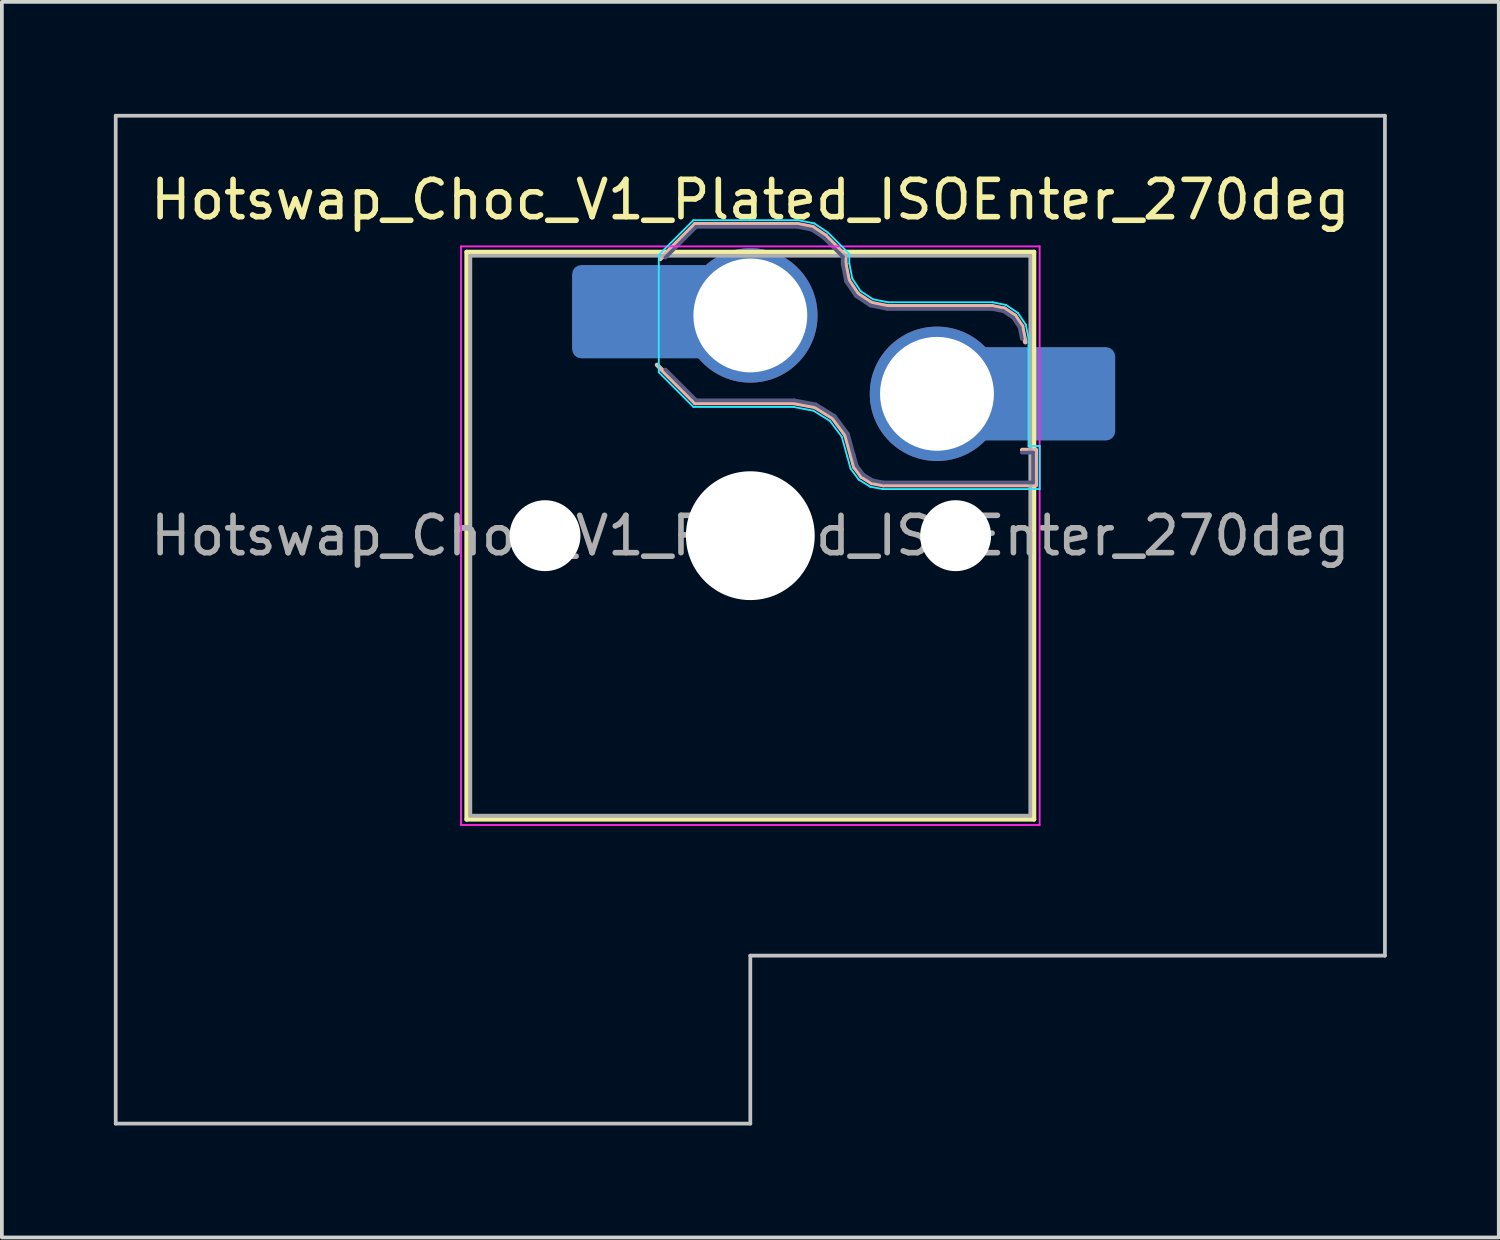
<source format=kicad_pcb>
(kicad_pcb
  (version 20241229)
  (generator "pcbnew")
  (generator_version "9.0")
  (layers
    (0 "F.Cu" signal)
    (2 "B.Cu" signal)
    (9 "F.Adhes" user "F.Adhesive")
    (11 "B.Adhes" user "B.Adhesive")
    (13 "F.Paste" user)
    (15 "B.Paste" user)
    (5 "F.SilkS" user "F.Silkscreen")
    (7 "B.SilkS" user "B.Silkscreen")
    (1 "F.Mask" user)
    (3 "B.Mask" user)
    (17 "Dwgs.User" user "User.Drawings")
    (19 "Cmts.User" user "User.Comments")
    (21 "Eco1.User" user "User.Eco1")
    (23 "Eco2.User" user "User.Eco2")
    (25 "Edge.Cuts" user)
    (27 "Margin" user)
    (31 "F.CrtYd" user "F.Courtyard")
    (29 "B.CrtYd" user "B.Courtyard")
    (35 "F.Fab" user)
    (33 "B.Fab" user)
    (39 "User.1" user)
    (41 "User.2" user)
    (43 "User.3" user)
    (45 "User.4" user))
  (footprint "Hotswap_Choc_V1_Plated_ISOEnter_270deg"
    (layer "F.Cu")
    (at 17.05 11.3)
    (property "Reference" "Hotswap_Choc_V1_Plated_ISOEnter_270deg" (at 0 -9 0) (layer "F.SilkS") (effects (font (size 1 1) (thickness 0.15))))
    (attr smd allow_soldermask_bridges)
    (fp_line (start -7.6 -7.6) (end -7.6 7.6) (stroke (width 0.12) (type solid)) (layer "F.SilkS"))
    (fp_line (start -7.6 7.6) (end 7.6 7.6) (stroke (width 0.12) (type solid)) (layer "F.SilkS"))
    (fp_line (start 7.6 -7.6) (end -7.6 -7.6) (stroke (width 0.12) (type solid)) (layer "F.SilkS"))
    (fp_line (start 7.6 7.6) (end 7.6 -7.6) (stroke (width 0.12) (type solid)) (layer "F.SilkS"))
    (fp_line (start -2.416 -7.409) (end -1.479 -8.346) (stroke (width 0.12) (type solid)) (layer "B.SilkS"))
    (fp_line (start -1.479 -8.346) (end 1.268 -8.346) (stroke (width 0.12) (type solid)) (layer "B.SilkS"))
    (fp_line (start -1.479 -3.554) (end -2.5 -4.575) (stroke (width 0.12) (type solid)) (layer "B.SilkS"))
    (fp_line (start 1.168 -3.554) (end -1.479 -3.554) (stroke (width 0.12) (type solid)) (layer "B.SilkS"))
    (fp_line (start 1.268 -8.346) (end 1.671 -8.266) (stroke (width 0.12) (type solid)) (layer "B.SilkS"))
    (fp_line (start 1.671 -8.266) (end 2.013 -8.037) (stroke (width 0.12) (type solid)) (layer "B.SilkS"))
    (fp_line (start 1.73 -3.449) (end 1.168 -3.554) (stroke (width 0.12) (type solid)) (layer "B.SilkS"))
    (fp_line (start 2.013 -8.037) (end 2.546 -7.504) (stroke (width 0.12) (type solid)) (layer "B.SilkS"))
    (fp_line (start 2.209 -3.15) (end 1.73 -3.449) (stroke (width 0.12) (type solid)) (layer "B.SilkS"))
    (fp_line (start 2.546 -7.504) (end 2.546 -7.282) (stroke (width 0.12) (type solid)) (layer "B.SilkS"))
    (fp_line (start 2.546 -7.282) (end 2.633 -6.844) (stroke (width 0.12) (type solid)) (layer "B.SilkS"))
    (fp_line (start 2.547 -2.697) (end 2.209 -3.15) (stroke (width 0.12) (type solid)) (layer "B.SilkS"))
    (fp_line (start 2.633 -6.844) (end 2.877 -6.477) (stroke (width 0.12) (type solid)) (layer "B.SilkS"))
    (fp_line (start 2.701 -2.139) (end 2.547 -2.697) (stroke (width 0.12) (type solid)) (layer "B.SilkS"))
    (fp_line (start 2.783 -1.841) (end 2.701 -2.139) (stroke (width 0.12) (type solid)) (layer "B.SilkS"))
    (fp_line (start 2.877 -6.477) (end 3.244 -6.233) (stroke (width 0.12) (type solid)) (layer "B.SilkS"))
    (fp_line (start 2.976 -1.583) (end 2.783 -1.841) (stroke (width 0.12) (type solid)) (layer "B.SilkS"))
    (fp_line (start 3.244 -6.233) (end 3.682 -6.146) (stroke (width 0.12) (type solid)) (layer "B.SilkS"))
    (fp_line (start 3.25 -1.413) (end 2.976 -1.583) (stroke (width 0.12) (type solid)) (layer "B.SilkS"))
    (fp_line (start 3.56 -1.354) (end 3.25 -1.413) (stroke (width 0.12) (type solid)) (layer "B.SilkS"))
    (fp_line (start 3.682 -6.146) (end 6.482 -6.146) (stroke (width 0.12) (type solid)) (layer "B.SilkS"))
    (fp_line (start 6.482 -6.146) (end 6.809 -6.081) (stroke (width 0.12) (type solid)) (layer "B.SilkS"))
    (fp_line (start 6.809 -6.081) (end 7.092 -5.892) (stroke (width 0.12) (type solid)) (layer "B.SilkS"))
    (fp_line (start 7.092 -5.892) (end 7.281 -5.609) (stroke (width 0.12) (type solid)) (layer "B.SilkS"))
    (fp_line (start 7.281 -5.609) (end 7.366 -5.182) (stroke (width 0.12) (type solid)) (layer "B.SilkS"))
    (fp_line (start 7.283 -2.296) (end 7.646 -2.296) (stroke (width 0.12) (type solid)) (layer "B.SilkS"))
    (fp_line (start 7.646 -2.296) (end 7.646 -1.354) (stroke (width 0.12) (type solid)) (layer "B.SilkS"))
    (fp_line (start 7.646 -1.354) (end 3.56 -1.354) (stroke (width 0.12) (type solid)) (layer "B.SilkS"))
    (fp_line (start -17 -11.25) (end -17 15.75) (stroke (width 0.1) (type solid)) (layer "Dwgs.User"))
    (fp_line (start -17 15.75) (end 0 15.75) (stroke (width 0.1) (type solid)) (layer "Dwgs.User"))
    (fp_line (start 0 11.25) (end 17 11.25) (stroke (width 0.1) (type solid)) (layer "Dwgs.User"))
    (fp_line (start 0 15.75) (end 0 11.25) (stroke (width 0.1) (type solid)) (layer "Dwgs.User"))
    (fp_line (start 17 -11.25) (end -17 -11.25) (stroke (width 0.1) (type solid)) (layer "Dwgs.User"))
    (fp_line (start 17 11.25) (end 17 -11.25) (stroke (width 0.1) (type solid)) (layer "Dwgs.User"))
    (fp_line (start -7.25 -7.25) (end -7.25 7.25) (stroke (width 0.1) (type solid)) (layer "Eco1.User"))
    (fp_line (start -7.25 7.25) (end 7.25 7.25) (stroke (width 0.1) (type solid)) (layer "Eco1.User"))
    (fp_line (start 7.25 -7.25) (end -7.25 -7.25) (stroke (width 0.1) (type solid)) (layer "Eco1.User"))
    (fp_line (start 7.25 7.25) (end 7.25 -7.25) (stroke (width 0.1) (type solid)) (layer "Eco1.User"))
    (fp_line (start -2.452 -7.523) (end -1.523 -8.452) (stroke (width 0.05) (type solid)) (layer "B.CrtYd"))
    (fp_line (start -2.452 -4.377) (end -2.452 -7.523) (stroke (width 0.05) (type solid)) (layer "B.CrtYd"))
    (fp_line (start -1.523 -8.452) (end 1.278 -8.452) (stroke (width 0.05) (type solid)) (layer "B.CrtYd"))
    (fp_line (start -1.523 -3.448) (end -2.452 -4.377) (stroke (width 0.05) (type solid)) (layer "B.CrtYd"))
    (fp_line (start 1.159 -3.448) (end -1.523 -3.448) (stroke (width 0.05) (type solid)) (layer "B.CrtYd"))
    (fp_line (start 1.278 -8.452) (end 1.712 -8.366) (stroke (width 0.05) (type solid)) (layer "B.CrtYd"))
    (fp_line (start 1.691 -3.348) (end 1.159 -3.448) (stroke (width 0.05) (type solid)) (layer "B.CrtYd"))
    (fp_line (start 1.712 -8.366) (end 2.081 -8.119) (stroke (width 0.05) (type solid)) (layer "B.CrtYd"))
    (fp_line (start 2.081 -8.119) (end 2.652 -7.548) (stroke (width 0.05) (type solid)) (layer "B.CrtYd"))
    (fp_line (start 2.136 -3.071) (end 1.691 -3.348) (stroke (width 0.05) (type solid)) (layer "B.CrtYd"))
    (fp_line (start 2.45 -2.65) (end 2.136 -3.071) (stroke (width 0.05) (type solid)) (layer "B.CrtYd"))
    (fp_line (start 2.599 -2.111) (end 2.45 -2.65) (stroke (width 0.05) (type solid)) (layer "B.CrtYd"))
    (fp_line (start 2.652 -7.548) (end 2.652 -7.292) (stroke (width 0.05) (type solid)) (layer "B.CrtYd"))
    (fp_line (start 2.652 -7.292) (end 2.733 -6.885) (stroke (width 0.05) (type solid)) (layer "B.CrtYd"))
    (fp_line (start 2.687 -1.794) (end 2.599 -2.111) (stroke (width 0.05) (type solid)) (layer "B.CrtYd"))
    (fp_line (start 2.733 -6.885) (end 2.953 -6.553) (stroke (width 0.05) (type solid)) (layer "B.CrtYd"))
    (fp_line (start 2.903 -1.503) (end 2.687 -1.794) (stroke (width 0.05) (type solid)) (layer "B.CrtYd"))
    (fp_line (start 2.953 -6.553) (end 3.285 -6.333) (stroke (width 0.05) (type solid)) (layer "B.CrtYd"))
    (fp_line (start 3.211 -1.312) (end 2.903 -1.503) (stroke (width 0.05) (type solid)) (layer "B.CrtYd"))
    (fp_line (start 3.285 -6.333) (end 3.692 -6.252) (stroke (width 0.05) (type solid)) (layer "B.CrtYd"))
    (fp_line (start 3.55 -1.248) (end 3.211 -1.312) (stroke (width 0.05) (type solid)) (layer "B.CrtYd"))
    (fp_line (start 3.692 -6.252) (end 6.492 -6.252) (stroke (width 0.05) (type solid)) (layer "B.CrtYd"))
    (fp_line (start 6.492 -6.252) (end 6.85 -6.181) (stroke (width 0.05) (type solid)) (layer "B.CrtYd"))
    (fp_line (start 6.85 -6.181) (end 7.168 -5.968) (stroke (width 0.05) (type solid)) (layer "B.CrtYd"))
    (fp_line (start 7.168 -5.968) (end 7.381 -5.65) (stroke (width 0.05) (type solid)) (layer "B.CrtYd"))
    (fp_line (start 7.381 -5.65) (end 7.452 -5.292) (stroke (width 0.05) (type solid)) (layer "B.CrtYd"))
    (fp_line (start 7.452 -5.292) (end 7.452 -2.402) (stroke (width 0.05) (type solid)) (layer "B.CrtYd"))
    (fp_line (start 7.452 -2.402) (end 7.752 -2.402) (stroke (width 0.05) (type solid)) (layer "B.CrtYd"))
    (fp_line (start 7.752 -2.402) (end 7.752 -1.248) (stroke (width 0.05) (type solid)) (layer "B.CrtYd"))
    (fp_line (start 7.752 -1.248) (end 3.55 -1.248) (stroke (width 0.05) (type solid)) (layer "B.CrtYd"))
    (fp_line (start -7.75 -7.75) (end -7.75 7.75) (stroke (width 0.05) (type solid)) (layer "F.CrtYd"))
    (fp_line (start -7.75 7.75) (end 7.75 7.75) (stroke (width 0.05) (type solid)) (layer "F.CrtYd"))
    (fp_line (start 7.75 -7.75) (end -7.75 -7.75) (stroke (width 0.05) (type solid)) (layer "F.CrtYd"))
    (fp_line (start 7.75 7.75) (end 7.75 -7.75) (stroke (width 0.05) (type solid)) (layer "F.CrtYd"))
    (fp_line (start -2.275 -7.45) (end -1.45 -8.275) (stroke (width 0.1) (type solid)) (layer "B.Fab"))
    (fp_line (start -1.45 -8.275) (end 1.261 -8.275) (stroke (width 0.1) (type solid)) (layer "B.Fab"))
    (fp_line (start -1.45 -3.625) (end -2.275 -4.45) (stroke (width 0.1) (type solid)) (layer "B.Fab"))
    (fp_line (start 1.175 -3.625) (end -1.45 -3.625) (stroke (width 0.1) (type solid)) (layer "B.Fab"))
    (fp_line (start 1.261 -8.275) (end 1.643 -8.199) (stroke (width 0.1) (type solid)) (layer "B.Fab"))
    (fp_line (start 1.643 -8.199) (end 1.968 -7.982) (stroke (width 0.1) (type solid)) (layer "B.Fab"))
    (fp_line (start 1.756 -3.516) (end 1.175 -3.625) (stroke (width 0.1) (type solid)) (layer "B.Fab"))
    (fp_line (start 1.968 -7.982) (end 2.475 -7.475) (stroke (width 0.1) (type solid)) (layer "B.Fab"))
    (fp_line (start 2.258 -3.203) (end 1.756 -3.516) (stroke (width 0.1) (type solid)) (layer "B.Fab"))
    (fp_line (start 2.475 -7.475) (end 2.475 -7.275) (stroke (width 0.1) (type solid)) (layer "B.Fab"))
    (fp_line (start 2.475 -7.275) (end 2.566 -6.816) (stroke (width 0.1) (type solid)) (layer "B.Fab"))
    (fp_line (start 2.566 -6.816) (end 2.826 -6.426) (stroke (width 0.1) (type solid)) (layer "B.Fab"))
    (fp_line (start 2.612 -2.729) (end 2.258 -3.203) (stroke (width 0.1) (type solid)) (layer "B.Fab"))
    (fp_line (start 2.769 -2.158) (end 2.612 -2.729) (stroke (width 0.1) (type solid)) (layer "B.Fab"))
    (fp_line (start 2.826 -6.426) (end 3.216 -6.166) (stroke (width 0.1) (type solid)) (layer "B.Fab"))
    (fp_line (start 2.848 -1.873) (end 2.769 -2.158) (stroke (width 0.1) (type solid)) (layer "B.Fab"))
    (fp_line (start 3.025 -1.636) (end 2.848 -1.873) (stroke (width 0.1) (type solid)) (layer "B.Fab"))
    (fp_line (start 3.216 -6.166) (end 3.675 -6.075) (stroke (width 0.1) (type solid)) (layer "B.Fab"))
    (fp_line (start 3.276 -1.48) (end 3.025 -1.636) (stroke (width 0.1) (type solid)) (layer "B.Fab"))
    (fp_line (start 3.567 -1.425) (end 3.276 -1.48) (stroke (width 0.1) (type solid)) (layer "B.Fab"))
    (fp_line (start 3.675 -6.075) (end 6.475 -6.075) (stroke (width 0.1) (type solid)) (layer "B.Fab"))
    (fp_line (start 6.475 -6.075) (end 6.781 -6.014) (stroke (width 0.1) (type solid)) (layer "B.Fab"))
    (fp_line (start 6.781 -6.014) (end 7.041 -5.841) (stroke (width 0.1) (type solid)) (layer "B.Fab"))
    (fp_line (start 7.041 -5.841) (end 7.214 -5.581) (stroke (width 0.1) (type solid)) (layer "B.Fab"))
    (fp_line (start 7.214 -5.581) (end 7.275 -5.275) (stroke (width 0.1) (type solid)) (layer "B.Fab"))
    (fp_line (start 7.275 -2.225) (end 7.575 -2.225) (stroke (width 0.1) (type solid)) (layer "B.Fab"))
    (fp_line (start 7.575 -2.225) (end 7.575 -1.425) (stroke (width 0.1) (type solid)) (layer "B.Fab"))
    (fp_line (start 7.575 -1.425) (end 3.567 -1.425) (stroke (width 0.1) (type solid)) (layer "B.Fab"))
    (fp_line (start -7.5 -7.5) (end -7.5 7.5) (stroke (width 0.1) (type solid)) (layer "F.Fab"))
    (fp_line (start -7.5 7.5) (end 7.5 7.5) (stroke (width 0.1) (type solid)) (layer "F.Fab"))
    (fp_line (start 7.5 -7.5) (end -7.5 -7.5) (stroke (width 0.1) (type solid)) (layer "F.Fab"))
    (fp_line (start 7.5 7.5) (end 7.5 -7.5) (stroke (width 0.1) (type solid)) (layer "F.Fab"))
    (fp_text user "${REFERENCE}" (at 0 0 0) (layer "F.Fab") (effects (font (size 1 1) (thickness 0.15))))
    (pad "" np_thru_hole circle (at -5.5 0) (size 1.9 1.9) (drill 1.9) (layers "*.Cu" "*.Mask"))
    (pad "" smd roundrect (at -3.5 -6) (size 2.55 2.5) (layers "B.Mask" "B.Paste") (roundrect_rratio 0.1))
    (pad "" np_thru_hole circle (at 0 0) (size 3.45 3.45) (drill 3.45) (layers "*.Cu" "*.Mask"))
    (pad "" np_thru_hole circle (at 5.5 0) (size 1.9 1.9) (drill 1.9) (layers "*.Cu" "*.Mask"))
    (pad "" smd roundrect (at 8.5 -3.8) (size 2.55 2.5) (layers "B.Mask" "B.Paste") (roundrect_rratio 0.1))
    (pad "1" smd roundrect (at -2.85 -6) (size 3.85 2.5) (layers "B.Cu") (roundrect_rratio 0.1))
    (pad "1" thru_hole circle (at 0 -5.9) (size 3.6 3.6) (drill 3.05) (layers "*.Cu" "*.Mask"))
    (pad "2" thru_hole circle (at 5 -3.8) (size 3.6 3.6) (drill 3.05) (layers "*.Cu" "*.Mask"))
    (pad "2" smd roundrect (at 7.85 -3.8) (size 3.85 2.5) (layers "B.Cu") (roundrect_rratio 0.1)))
  (gr_rect
    (start -3 -3)
    (end 37.1 30.1)
    (stroke (width 0.1) (type default))
    (fill no)
    (layer "Edge.Cuts")))
</source>
